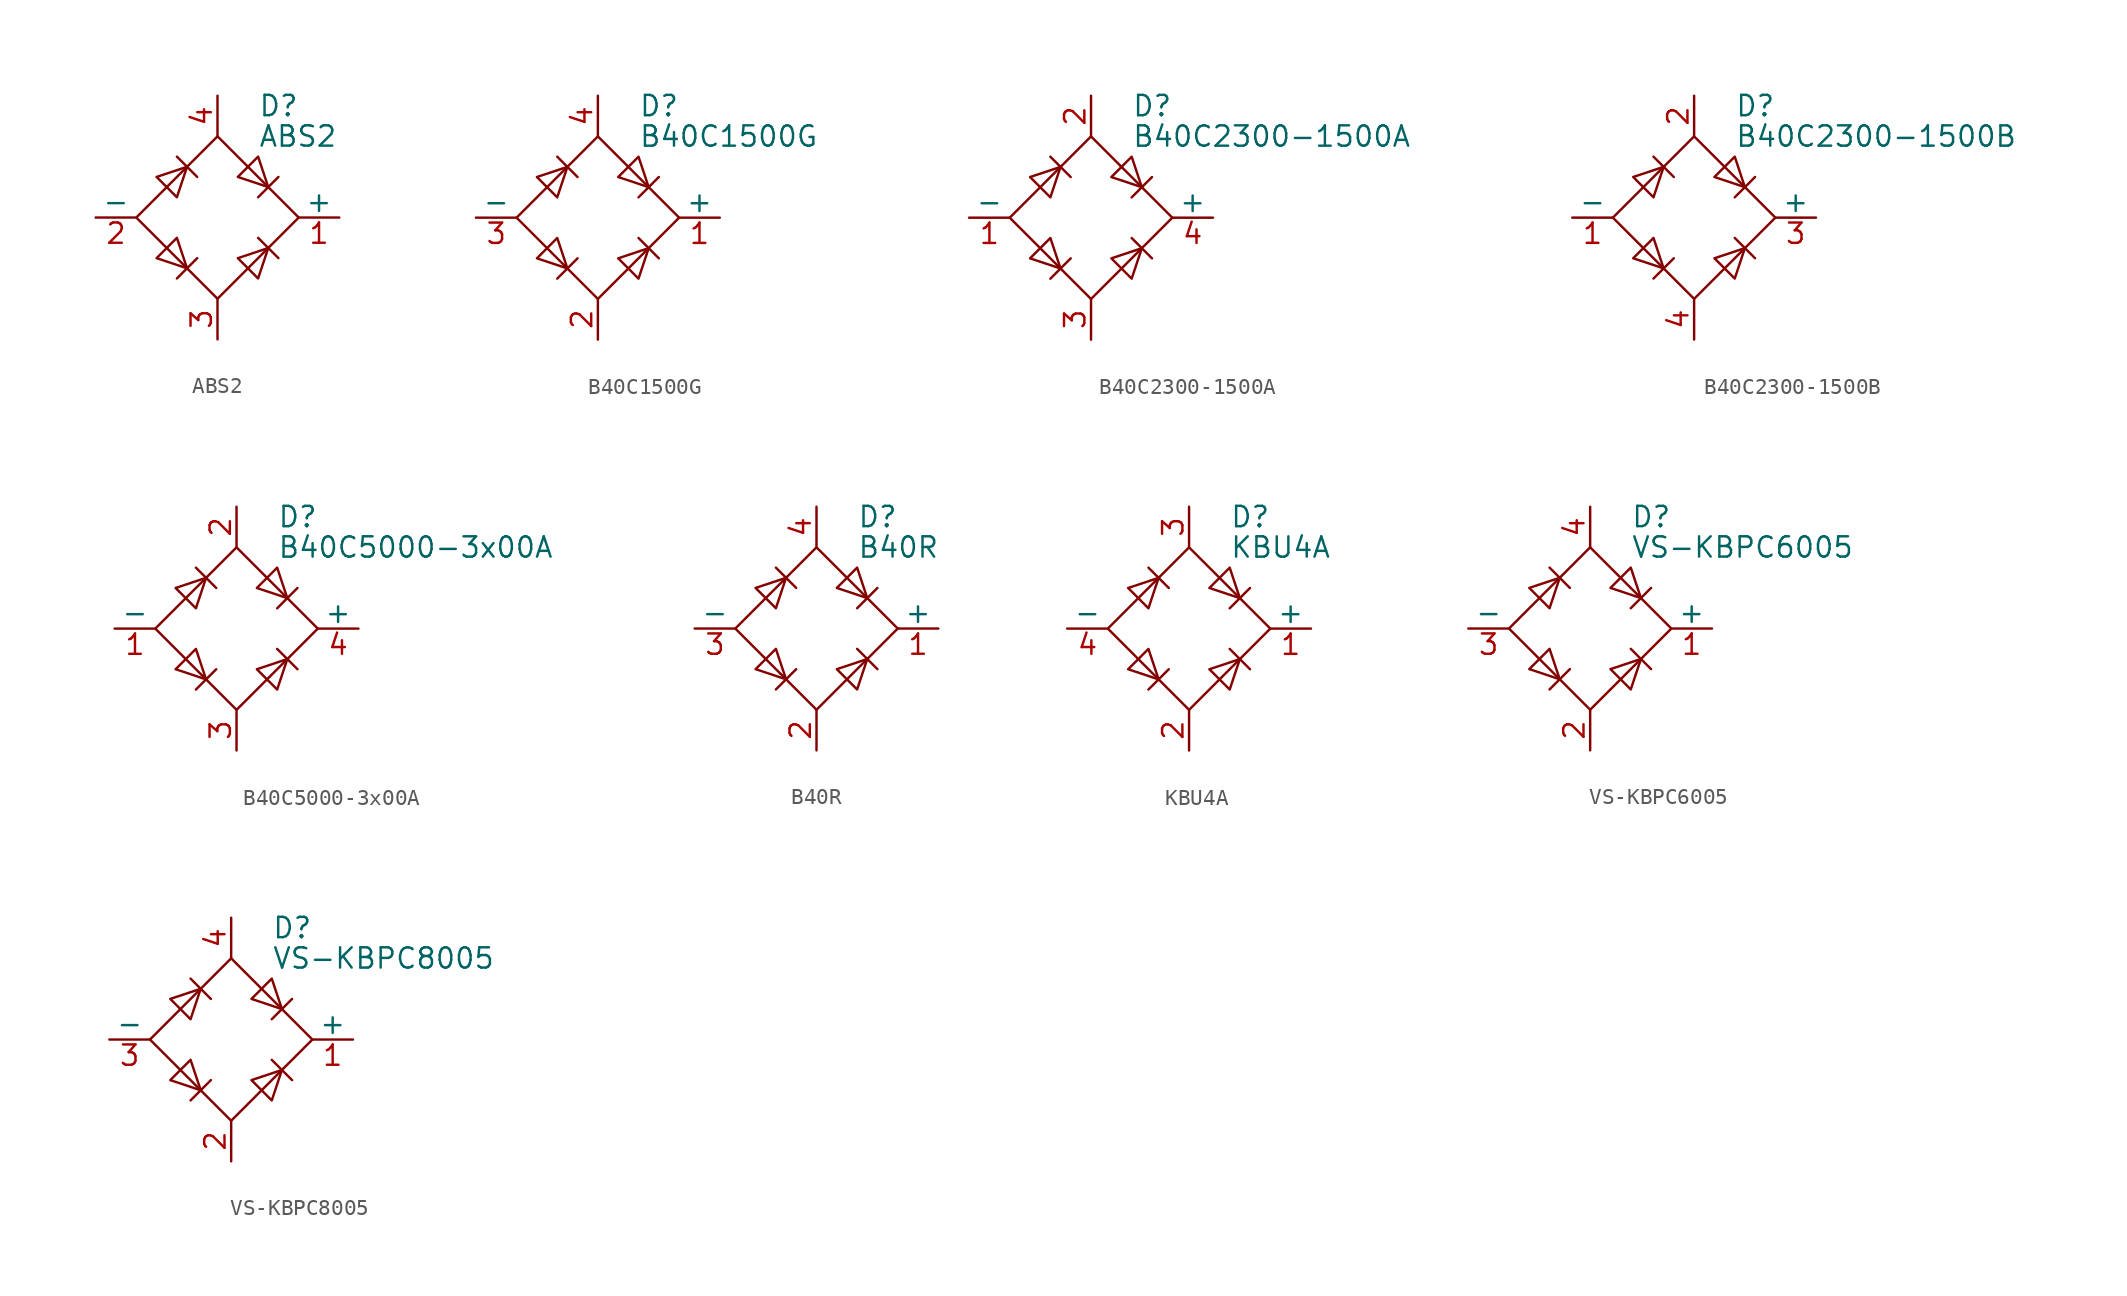
<source format=kicad_sym>
(kicad_symbol_lib
  (version 20220914)
  (generator kicad_symbol_editor)
  (symbol "ABS2"
    (pin_names
      (offset 0))
    (property "Reference" "D"
      (at 2.54 6.985 0)
      (effects (font (size 1.27 1.27)) (justify left)))
    (property "Value" "ABS2"
      (at 2.54 5.08 0)
      (effects (font (size 1.27 1.27)) (justify left)))
    (symbol "ABS2_0_1"
      (polyline (pts (xy -2.54 3.81) (xy -1.27 2.54)) (stroke (width 0) (type default)) (fill (type none)))
      (polyline (pts (xy -1.27 -2.54) (xy -2.54 -3.81)) (stroke (width 0) (type default)) (fill (type none)))
      (polyline (pts (xy 2.54 -1.27) (xy 3.81 -2.54)) (stroke (width 0) (type default)) (fill (type none)))
      (polyline (pts (xy 2.54 1.27) (xy 3.81 2.54)) (stroke (width 0) (type default)) (fill (type none)))
      (polyline (pts (xy -3.81 2.54) (xy -2.54 1.27) (xy -1.905 3.175) (xy -3.81 2.54)) (stroke (width 0) (type default)) (fill (type none)))
      (polyline (pts (xy -2.54 -1.27) (xy -3.81 -2.54) (xy -1.905 -3.175) (xy -2.54 -1.27)) (stroke (width 0) (type default)) (fill (type none)))
      (polyline (pts (xy 1.27 2.54) (xy 2.54 3.81) (xy 3.175 1.905) (xy 1.27 2.54)) (stroke (width 0) (type default)) (fill (type none)))
      (polyline (pts (xy 3.175 -1.905) (xy 1.27 -2.54) (xy 2.54 -3.81) (xy 3.175 -1.905)) (stroke (width 0) (type default)) (fill (type none)))
      (polyline (pts (xy -5.08 0) (xy 0 -5.08) (xy 5.08 0) (xy 0 5.08) (xy -5.08 0)) (stroke (width 0) (type default)) (fill (type none))))
    (symbol "ABS2_1_1"
      (pin passive line (at 7.62 0 180) (length 2.54) (name "+" (effects (font (size 1.27 1.27)))) (number "1" (effects (font (size 1.27 1.27)))))
      (pin passive line (at -7.62 0 0) (length 2.54) (name "-" (effects (font (size 1.27 1.27)))) (number "2" (effects (font (size 1.27 1.27)))))
      (pin passive line (at 0 -7.62 90) (length 2.54) (name "~" (effects (font (size 1.27 1.27)))) (number "3" (effects (font (size 1.27 1.27)))))
      (pin passive line (at 0 7.62 270) (length 2.54) (name "~" (effects (font (size 1.27 1.27)))) (number "4" (effects (font (size 1.27 1.27)))))))
  (symbol "B40C1500G"
    (pin_names
      (offset 0))
    (property "Reference" "D"
      (at 2.54 6.985 0)
      (effects (font (size 1.27 1.27)) (justify left)))
    (property "Value" "B40C1500G"
      (at 2.54 5.08 0)
      (effects (font (size 1.27 1.27)) (justify left)))
    (symbol "B40C1500G_0_1"
      (polyline (pts (xy -2.54 3.81) (xy -1.27 2.54)) (stroke (width 0) (type default)) (fill (type none)))
      (polyline (pts (xy -1.27 -2.54) (xy -2.54 -3.81)) (stroke (width 0) (type default)) (fill (type none)))
      (polyline (pts (xy 2.54 -1.27) (xy 3.81 -2.54)) (stroke (width 0) (type default)) (fill (type none)))
      (polyline (pts (xy 2.54 1.27) (xy 3.81 2.54)) (stroke (width 0) (type default)) (fill (type none)))
      (polyline (pts (xy -3.81 2.54) (xy -2.54 1.27) (xy -1.905 3.175) (xy -3.81 2.54)) (stroke (width 0) (type default)) (fill (type none)))
      (polyline (pts (xy -2.54 -1.27) (xy -3.81 -2.54) (xy -1.905 -3.175) (xy -2.54 -1.27)) (stroke (width 0) (type default)) (fill (type none)))
      (polyline (pts (xy 1.27 2.54) (xy 2.54 3.81) (xy 3.175 1.905) (xy 1.27 2.54)) (stroke (width 0) (type default)) (fill (type none)))
      (polyline (pts (xy 3.175 -1.905) (xy 1.27 -2.54) (xy 2.54 -3.81) (xy 3.175 -1.905)) (stroke (width 0) (type default)) (fill (type none)))
      (polyline (pts (xy -5.08 0) (xy 0 -5.08) (xy 5.08 0) (xy 0 5.08) (xy -5.08 0)) (stroke (width 0) (type default)) (fill (type none))))
    (symbol "B40C1500G_1_1"
      (pin passive line (at 7.62 0 180) (length 2.54) (name "+" (effects (font (size 1.27 1.27)))) (number "1" (effects (font (size 1.27 1.27)))))
      (pin passive line (at 0 -7.62 90) (length 2.54) (name "~" (effects (font (size 1.27 1.27)))) (number "2" (effects (font (size 1.27 1.27)))))
      (pin passive line (at -7.62 0 0) (length 2.54) (name "-" (effects (font (size 1.27 1.27)))) (number "3" (effects (font (size 1.27 1.27)))))
      (pin passive line (at 0 7.62 270) (length 2.54) (name "~" (effects (font (size 1.27 1.27)))) (number "4" (effects (font (size 1.27 1.27)))))))
  (symbol "B40C2300-1500A"
    (pin_names
      (offset 0))
    (property "Reference" "D"
      (at 2.54 6.985 0)
      (effects (font (size 1.27 1.27)) (justify left)))
    (property "Value" "B40C2300-1500A"
      (at 2.54 5.08 0)
      (effects (font (size 1.27 1.27)) (justify left)))
    (symbol "B40C2300-1500A_0_1"
      (polyline (pts (xy -2.54 3.81) (xy -1.27 2.54)) (stroke (width 0) (type default)) (fill (type none)))
      (polyline (pts (xy -1.27 -2.54) (xy -2.54 -3.81)) (stroke (width 0) (type default)) (fill (type none)))
      (polyline (pts (xy 2.54 -1.27) (xy 3.81 -2.54)) (stroke (width 0) (type default)) (fill (type none)))
      (polyline (pts (xy 2.54 1.27) (xy 3.81 2.54)) (stroke (width 0) (type default)) (fill (type none)))
      (polyline (pts (xy -3.81 2.54) (xy -2.54 1.27) (xy -1.905 3.175) (xy -3.81 2.54)) (stroke (width 0) (type default)) (fill (type none)))
      (polyline (pts (xy -2.54 -1.27) (xy -3.81 -2.54) (xy -1.905 -3.175) (xy -2.54 -1.27)) (stroke (width 0) (type default)) (fill (type none)))
      (polyline (pts (xy 1.27 2.54) (xy 2.54 3.81) (xy 3.175 1.905) (xy 1.27 2.54)) (stroke (width 0) (type default)) (fill (type none)))
      (polyline (pts (xy 3.175 -1.905) (xy 1.27 -2.54) (xy 2.54 -3.81) (xy 3.175 -1.905)) (stroke (width 0) (type default)) (fill (type none)))
      (polyline (pts (xy -5.08 0) (xy 0 -5.08) (xy 5.08 0) (xy 0 5.08) (xy -5.08 0)) (stroke (width 0) (type default)) (fill (type none))))
    (symbol "B40C2300-1500A_1_1"
      (pin passive line (at -7.62 0 0) (length 2.54) (name "-" (effects (font (size 1.27 1.27)))) (number "1" (effects (font (size 1.27 1.27)))))
      (pin passive line (at 0 7.62 270) (length 2.54) (name "~" (effects (font (size 1.27 1.27)))) (number "2" (effects (font (size 1.27 1.27)))))
      (pin passive line (at 0 -7.62 90) (length 2.54) (name "~" (effects (font (size 1.27 1.27)))) (number "3" (effects (font (size 1.27 1.27)))))
      (pin passive line (at 7.62 0 180) (length 2.54) (name "+" (effects (font (size 1.27 1.27)))) (number "4" (effects (font (size 1.27 1.27)))))))
  (symbol "B40C2300-1500B"
    (pin_names
      (offset 0))
    (property "Reference" "D"
      (at 2.54 6.985 0)
      (effects (font (size 1.27 1.27)) (justify left)))
    (property "Value" "B40C2300-1500B"
      (at 2.54 5.08 0)
      (effects (font (size 1.27 1.27)) (justify left)))
    (symbol "B40C2300-1500B_0_1"
      (polyline (pts (xy -2.54 3.81) (xy -1.27 2.54)) (stroke (width 0) (type default)) (fill (type none)))
      (polyline (pts (xy -1.27 -2.54) (xy -2.54 -3.81)) (stroke (width 0) (type default)) (fill (type none)))
      (polyline (pts (xy 2.54 -1.27) (xy 3.81 -2.54)) (stroke (width 0) (type default)) (fill (type none)))
      (polyline (pts (xy 2.54 1.27) (xy 3.81 2.54)) (stroke (width 0) (type default)) (fill (type none)))
      (polyline (pts (xy -3.81 2.54) (xy -2.54 1.27) (xy -1.905 3.175) (xy -3.81 2.54)) (stroke (width 0) (type default)) (fill (type none)))
      (polyline (pts (xy -2.54 -1.27) (xy -3.81 -2.54) (xy -1.905 -3.175) (xy -2.54 -1.27)) (stroke (width 0) (type default)) (fill (type none)))
      (polyline (pts (xy 1.27 2.54) (xy 2.54 3.81) (xy 3.175 1.905) (xy 1.27 2.54)) (stroke (width 0) (type default)) (fill (type none)))
      (polyline (pts (xy 3.175 -1.905) (xy 1.27 -2.54) (xy 2.54 -3.81) (xy 3.175 -1.905)) (stroke (width 0) (type default)) (fill (type none)))
      (polyline (pts (xy -5.08 0) (xy 0 -5.08) (xy 5.08 0) (xy 0 5.08) (xy -5.08 0)) (stroke (width 0) (type default)) (fill (type none))))
    (symbol "B40C2300-1500B_1_1"
      (pin passive line (at -7.62 0 0) (length 2.54) (name "-" (effects (font (size 1.27 1.27)))) (number "1" (effects (font (size 1.27 1.27)))))
      (pin passive line (at 0 7.62 270) (length 2.54) (name "~" (effects (font (size 1.27 1.27)))) (number "2" (effects (font (size 1.27 1.27)))))
      (pin passive line (at 7.62 0 180) (length 2.54) (name "+" (effects (font (size 1.27 1.27)))) (number "3" (effects (font (size 1.27 1.27)))))
      (pin passive line (at 0 -7.62 90) (length 2.54) (name "~" (effects (font (size 1.27 1.27)))) (number "4" (effects (font (size 1.27 1.27)))))))
  (symbol "B40C5000-3x00A"
    (pin_names
      (offset 0))
    (property "Reference" "D"
      (at 2.54 6.985 0)
      (effects (font (size 1.27 1.27)) (justify left)))
    (property "Value" "B40C5000-3x00A"
      (at 2.54 5.08 0)
      (effects (font (size 1.27 1.27)) (justify left)))
    (symbol "B40C5000-3x00A_0_1"
      (polyline (pts (xy -2.54 3.81) (xy -1.27 2.54)) (stroke (width 0) (type default)) (fill (type none)))
      (polyline (pts (xy -1.27 -2.54) (xy -2.54 -3.81)) (stroke (width 0) (type default)) (fill (type none)))
      (polyline (pts (xy 2.54 -1.27) (xy 3.81 -2.54)) (stroke (width 0) (type default)) (fill (type none)))
      (polyline (pts (xy 2.54 1.27) (xy 3.81 2.54)) (stroke (width 0) (type default)) (fill (type none)))
      (polyline (pts (xy -3.81 2.54) (xy -2.54 1.27) (xy -1.905 3.175) (xy -3.81 2.54)) (stroke (width 0) (type default)) (fill (type none)))
      (polyline (pts (xy -2.54 -1.27) (xy -3.81 -2.54) (xy -1.905 -3.175) (xy -2.54 -1.27)) (stroke (width 0) (type default)) (fill (type none)))
      (polyline (pts (xy 1.27 2.54) (xy 2.54 3.81) (xy 3.175 1.905) (xy 1.27 2.54)) (stroke (width 0) (type default)) (fill (type none)))
      (polyline (pts (xy 3.175 -1.905) (xy 1.27 -2.54) (xy 2.54 -3.81) (xy 3.175 -1.905)) (stroke (width 0) (type default)) (fill (type none)))
      (polyline (pts (xy -5.08 0) (xy 0 -5.08) (xy 5.08 0) (xy 0 5.08) (xy -5.08 0)) (stroke (width 0) (type default)) (fill (type none))))
    (symbol "B40C5000-3x00A_1_1"
      (pin passive line (at -7.62 0 0) (length 2.54) (name "-" (effects (font (size 1.27 1.27)))) (number "1" (effects (font (size 1.27 1.27)))))
      (pin passive line (at 0 7.62 270) (length 2.54) (name "~" (effects (font (size 1.27 1.27)))) (number "2" (effects (font (size 1.27 1.27)))))
      (pin passive line (at 0 -7.62 90) (length 2.54) (name "~" (effects (font (size 1.27 1.27)))) (number "3" (effects (font (size 1.27 1.27)))))
      (pin passive line (at 7.62 0 180) (length 2.54) (name "+" (effects (font (size 1.27 1.27)))) (number "4" (effects (font (size 1.27 1.27)))))))
  (symbol "B40R"
    (pin_names
      (offset 0))
    (property "Reference" "D"
      (at 2.54 6.985 0)
      (effects (font (size 1.27 1.27)) (justify left)))
    (property "Value" "B40R"
      (at 2.54 5.08 0)
      (effects (font (size 1.27 1.27)) (justify left)))
    (symbol "B40R_0_1"
      (polyline (pts (xy -2.54 3.81) (xy -1.27 2.54)) (stroke (width 0) (type default)) (fill (type none)))
      (polyline (pts (xy -1.27 -2.54) (xy -2.54 -3.81)) (stroke (width 0) (type default)) (fill (type none)))
      (polyline (pts (xy 2.54 -1.27) (xy 3.81 -2.54)) (stroke (width 0) (type default)) (fill (type none)))
      (polyline (pts (xy 2.54 1.27) (xy 3.81 2.54)) (stroke (width 0) (type default)) (fill (type none)))
      (polyline (pts (xy -3.81 2.54) (xy -2.54 1.27) (xy -1.905 3.175) (xy -3.81 2.54)) (stroke (width 0) (type default)) (fill (type none)))
      (polyline (pts (xy -2.54 -1.27) (xy -3.81 -2.54) (xy -1.905 -3.175) (xy -2.54 -1.27)) (stroke (width 0) (type default)) (fill (type none)))
      (polyline (pts (xy 1.27 2.54) (xy 2.54 3.81) (xy 3.175 1.905) (xy 1.27 2.54)) (stroke (width 0) (type default)) (fill (type none)))
      (polyline (pts (xy 3.175 -1.905) (xy 1.27 -2.54) (xy 2.54 -3.81) (xy 3.175 -1.905)) (stroke (width 0) (type default)) (fill (type none)))
      (polyline (pts (xy -5.08 0) (xy 0 -5.08) (xy 5.08 0) (xy 0 5.08) (xy -5.08 0)) (stroke (width 0) (type default)) (fill (type none))))
    (symbol "B40R_1_1"
      (pin passive line (at 7.62 0 180) (length 2.54) (name "+" (effects (font (size 1.27 1.27)))) (number "1" (effects (font (size 1.27 1.27)))))
      (pin passive line (at 0 -7.62 90) (length 2.54) (name "~" (effects (font (size 1.27 1.27)))) (number "2" (effects (font (size 1.27 1.27)))))
      (pin passive line (at -7.62 0 0) (length 2.54) (name "-" (effects (font (size 1.27 1.27)))) (number "3" (effects (font (size 1.27 1.27)))))
      (pin passive line (at 0 7.62 270) (length 2.54) (name "~" (effects (font (size 1.27 1.27)))) (number "4" (effects (font (size 1.27 1.27)))))))
  (symbol "KBU4A"
    (pin_names
      (offset 0))
    (property "Reference" "D"
      (at 2.54 6.985 0)
      (effects (font (size 1.27 1.27)) (justify left)))
    (property "Value" "KBU4A"
      (at 2.54 5.08 0)
      (effects (font (size 1.27 1.27)) (justify left)))
    (symbol "KBU4A_0_1"
      (polyline (pts (xy -2.54 3.81) (xy -1.27 2.54)) (stroke (width 0) (type default)) (fill (type none)))
      (polyline (pts (xy -1.27 -2.54) (xy -2.54 -3.81)) (stroke (width 0) (type default)) (fill (type none)))
      (polyline (pts (xy 2.54 -1.27) (xy 3.81 -2.54)) (stroke (width 0) (type default)) (fill (type none)))
      (polyline (pts (xy 2.54 1.27) (xy 3.81 2.54)) (stroke (width 0) (type default)) (fill (type none)))
      (polyline (pts (xy -3.81 2.54) (xy -2.54 1.27) (xy -1.905 3.175) (xy -3.81 2.54)) (stroke (width 0) (type default)) (fill (type none)))
      (polyline (pts (xy -2.54 -1.27) (xy -3.81 -2.54) (xy -1.905 -3.175) (xy -2.54 -1.27)) (stroke (width 0) (type default)) (fill (type none)))
      (polyline (pts (xy 1.27 2.54) (xy 2.54 3.81) (xy 3.175 1.905) (xy 1.27 2.54)) (stroke (width 0) (type default)) (fill (type none)))
      (polyline (pts (xy 3.175 -1.905) (xy 1.27 -2.54) (xy 2.54 -3.81) (xy 3.175 -1.905)) (stroke (width 0) (type default)) (fill (type none)))
      (polyline (pts (xy -5.08 0) (xy 0 -5.08) (xy 5.08 0) (xy 0 5.08) (xy -5.08 0)) (stroke (width 0) (type default)) (fill (type none))))
    (symbol "KBU4A_1_1"
      (pin passive line (at 7.62 0 180) (length 2.54) (name "+" (effects (font (size 1.27 1.27)))) (number "1" (effects (font (size 1.27 1.27)))))
      (pin passive line (at 0 -7.62 90) (length 2.54) (name "~" (effects (font (size 1.27 1.27)))) (number "2" (effects (font (size 1.27 1.27)))))
      (pin passive line (at 0 7.62 270) (length 2.54) (name "~" (effects (font (size 1.27 1.27)))) (number "3" (effects (font (size 1.27 1.27)))))
      (pin passive line (at -7.62 0 0) (length 2.54) (name "-" (effects (font (size 1.27 1.27)))) (number "4" (effects (font (size 1.27 1.27)))))))
  (symbol "VS-KBPC6005"
    (pin_names
      (offset 0))
    (property "Reference" "D"
      (at 2.54 6.985 0)
      (effects (font (size 1.27 1.27)) (justify left)))
    (property "Value" "VS-KBPC6005"
      (at 2.54 5.08 0)
      (effects (font (size 1.27 1.27)) (justify left)))
    (symbol "VS-KBPC6005_0_1"
      (polyline (pts (xy -2.54 3.81) (xy -1.27 2.54)) (stroke (width 0) (type default)) (fill (type none)))
      (polyline (pts (xy -1.27 -2.54) (xy -2.54 -3.81)) (stroke (width 0) (type default)) (fill (type none)))
      (polyline (pts (xy 2.54 -1.27) (xy 3.81 -2.54)) (stroke (width 0) (type default)) (fill (type none)))
      (polyline (pts (xy 2.54 1.27) (xy 3.81 2.54)) (stroke (width 0) (type default)) (fill (type none)))
      (polyline (pts (xy -3.81 2.54) (xy -2.54 1.27) (xy -1.905 3.175) (xy -3.81 2.54)) (stroke (width 0) (type default)) (fill (type none)))
      (polyline (pts (xy -2.54 -1.27) (xy -3.81 -2.54) (xy -1.905 -3.175) (xy -2.54 -1.27)) (stroke (width 0) (type default)) (fill (type none)))
      (polyline (pts (xy 1.27 2.54) (xy 2.54 3.81) (xy 3.175 1.905) (xy 1.27 2.54)) (stroke (width 0) (type default)) (fill (type none)))
      (polyline (pts (xy 3.175 -1.905) (xy 1.27 -2.54) (xy 2.54 -3.81) (xy 3.175 -1.905)) (stroke (width 0) (type default)) (fill (type none)))
      (polyline (pts (xy -5.08 0) (xy 0 -5.08) (xy 5.08 0) (xy 0 5.08) (xy -5.08 0)) (stroke (width 0) (type default)) (fill (type none))))
    (symbol "VS-KBPC6005_1_1"
      (pin passive line (at 7.62 0 180) (length 2.54) (name "+" (effects (font (size 1.27 1.27)))) (number "1" (effects (font (size 1.27 1.27)))))
      (pin passive line (at 0 -7.62 90) (length 2.54) (name "~" (effects (font (size 1.27 1.27)))) (number "2" (effects (font (size 1.27 1.27)))))
      (pin passive line (at -7.62 0 0) (length 2.54) (name "-" (effects (font (size 1.27 1.27)))) (number "3" (effects (font (size 1.27 1.27)))))
      (pin passive line (at 0 7.62 270) (length 2.54) (name "~" (effects (font (size 1.27 1.27)))) (number "4" (effects (font (size 1.27 1.27)))))))
  (symbol "VS-KBPC8005"
    (pin_names
      (offset 0))
    (property "Reference" "D"
      (at 2.54 6.985 0)
      (effects (font (size 1.27 1.27)) (justify left)))
    (property "Value" "VS-KBPC8005"
      (at 2.54 5.08 0)
      (effects (font (size 1.27 1.27)) (justify left)))
    (symbol "VS-KBPC8005_0_1"
      (polyline (pts (xy -2.54 3.81) (xy -1.27 2.54)) (stroke (width 0) (type default)) (fill (type none)))
      (polyline (pts (xy -1.27 -2.54) (xy -2.54 -3.81)) (stroke (width 0) (type default)) (fill (type none)))
      (polyline (pts (xy 2.54 -1.27) (xy 3.81 -2.54)) (stroke (width 0) (type default)) (fill (type none)))
      (polyline (pts (xy 2.54 1.27) (xy 3.81 2.54)) (stroke (width 0) (type default)) (fill (type none)))
      (polyline (pts (xy -3.81 2.54) (xy -2.54 1.27) (xy -1.905 3.175) (xy -3.81 2.54)) (stroke (width 0) (type default)) (fill (type none)))
      (polyline (pts (xy -2.54 -1.27) (xy -3.81 -2.54) (xy -1.905 -3.175) (xy -2.54 -1.27)) (stroke (width 0) (type default)) (fill (type none)))
      (polyline (pts (xy 1.27 2.54) (xy 2.54 3.81) (xy 3.175 1.905) (xy 1.27 2.54)) (stroke (width 0) (type default)) (fill (type none)))
      (polyline (pts (xy 3.175 -1.905) (xy 1.27 -2.54) (xy 2.54 -3.81) (xy 3.175 -1.905)) (stroke (width 0) (type default)) (fill (type none)))
      (polyline (pts (xy -5.08 0) (xy 0 -5.08) (xy 5.08 0) (xy 0 5.08) (xy -5.08 0)) (stroke (width 0) (type default)) (fill (type none))))
    (symbol "VS-KBPC8005_1_1"
      (pin passive line (at 7.62 0 180) (length 2.54) (name "+" (effects (font (size 1.27 1.27)))) (number "1" (effects (font (size 1.27 1.27)))))
      (pin passive line (at 0 -7.62 90) (length 2.54) (name "~" (effects (font (size 1.27 1.27)))) (number "2" (effects (font (size 1.27 1.27)))))
      (pin passive line (at -7.62 0 0) (length 2.54) (name "-" (effects (font (size 1.27 1.27)))) (number "3" (effects (font (size 1.27 1.27)))))
      (pin passive line (at 0 7.62 270) (length 2.54) (name "~" (effects (font (size 1.27 1.27)))) (number "4" (effects (font (size 1.27 1.27))))))))
</source>
